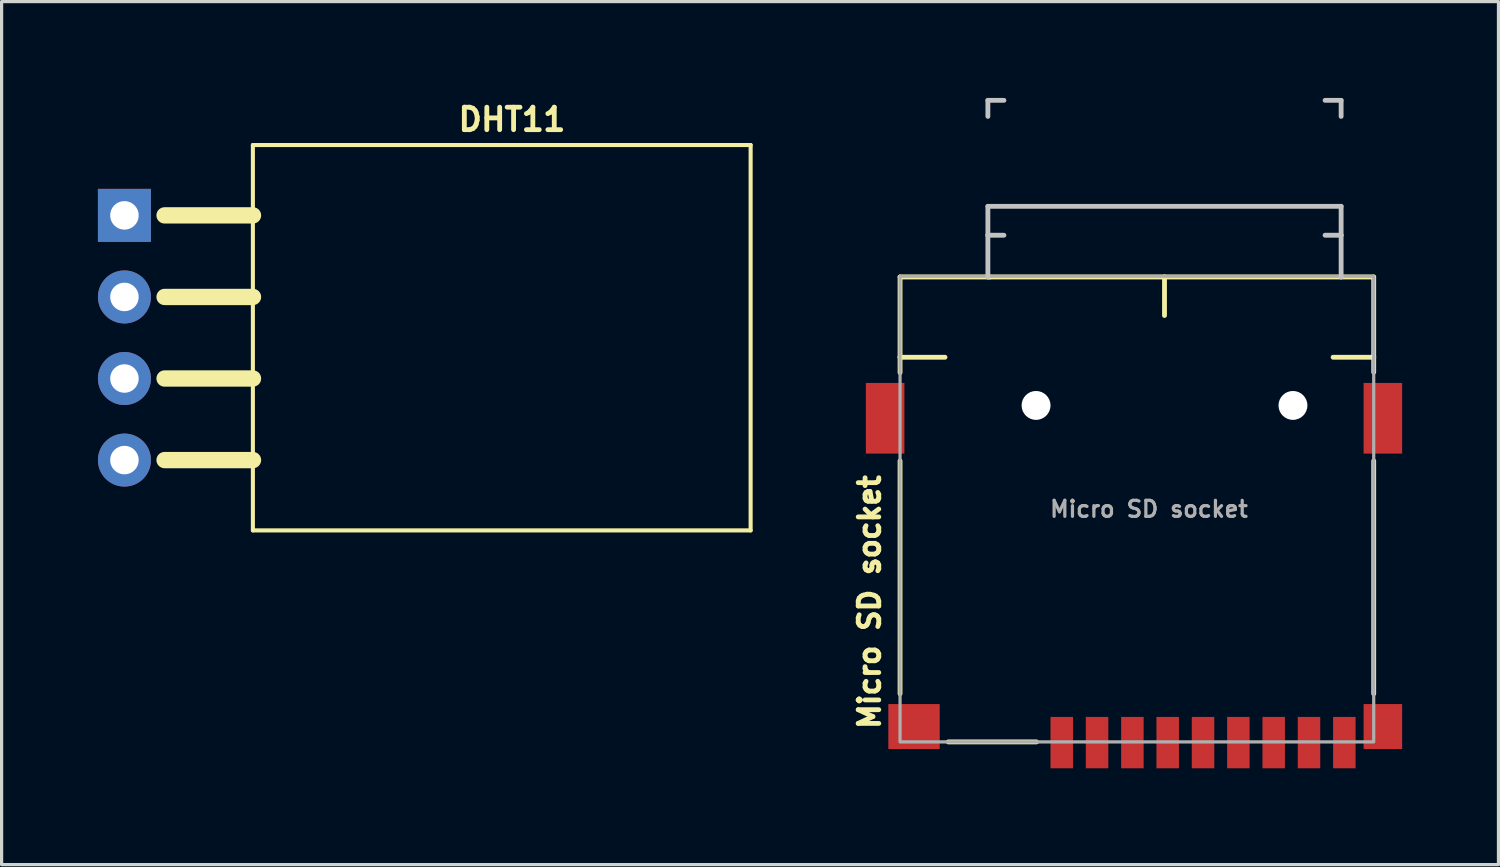
<source format=kicad_pcb>
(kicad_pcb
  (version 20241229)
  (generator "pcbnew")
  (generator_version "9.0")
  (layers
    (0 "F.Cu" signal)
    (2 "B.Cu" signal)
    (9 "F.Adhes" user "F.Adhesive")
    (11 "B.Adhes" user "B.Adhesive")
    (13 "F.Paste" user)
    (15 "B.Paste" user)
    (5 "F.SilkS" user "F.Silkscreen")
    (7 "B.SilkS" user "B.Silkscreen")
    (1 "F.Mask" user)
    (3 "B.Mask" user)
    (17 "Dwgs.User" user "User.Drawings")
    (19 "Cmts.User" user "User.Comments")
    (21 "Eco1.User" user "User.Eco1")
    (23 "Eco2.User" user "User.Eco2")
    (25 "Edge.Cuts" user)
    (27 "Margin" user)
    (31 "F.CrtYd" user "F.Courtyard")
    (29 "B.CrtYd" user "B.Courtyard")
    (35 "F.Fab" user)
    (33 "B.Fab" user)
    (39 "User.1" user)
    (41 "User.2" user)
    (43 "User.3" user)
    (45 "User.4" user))
  (footprint "DHT11"
    (layer "F.Cu")
    (at 12.575 7.467)
    (property "Reference" "DHT11" (at 0.318 -6.795 0) (layer "F.SilkS") (effects (font (size 0.7 0.7) (thickness 0.15))))
    (attr through_hole)
    (fp_line (start -10.5 -3.81) (end -7.747 -3.81) (stroke (width 0.508) (type solid)) (layer "F.SilkS"))
    (fp_line (start -10.5 -1.27) (end -7.747 -1.27) (stroke (width 0.508) (type solid)) (layer "F.SilkS"))
    (fp_line (start -10.5 1.27) (end -7.747 1.27) (stroke (width 0.508) (type solid)) (layer "F.SilkS"))
    (fp_line (start -10.5 3.81) (end -7.747 3.81) (stroke (width 0.508) (type solid)) (layer "F.SilkS"))
    (fp_line (start -7.75 -6) (end 7.75 -6) (stroke (width 0.127) (type solid)) (layer "F.SilkS"))
    (fp_line (start -7.75 6) (end -7.75 -6) (stroke (width 0.127) (type solid)) (layer "F.SilkS"))
    (fp_line (start 7.75 -6) (end 7.75 6) (stroke (width 0.127) (type solid)) (layer "F.SilkS"))
    (fp_line (start 7.75 6) (end -7.75 6) (stroke (width 0.127) (type solid)) (layer "F.SilkS"))
    (pad "1" thru_hole rect (at -11.75 -3.81) (size 1.651 1.651) (drill 0.889) (layers "*.Cu" "*.Mask"))
    (pad "2" thru_hole circle (at -11.75 -1.27) (size 1.651 1.651) (drill 0.889) (layers "*.Cu" "*.Mask"))
    (pad "3" thru_hole circle (at -11.75 1.27) (size 1.651 1.651) (drill 0.889) (layers "*.Cu" "*.Mask"))
    (pad "4" thru_hole circle (at -11.75 3.81) (size 1.651 1.651) (drill 0.889) (layers "*.Cu" "*.Mask")))
  (footprint "Micro SD socket"
    (layer "F.Cu")
    (at 33.228 13.053)
    (property "Reference" "Micro SD socket" (at -9.201 2.645 270) (layer "F.SilkS") (effects (font (size 0.64 0.64) (thickness 0.15))))
    (attr smd)
    (fp_line (start -8.25 -7.478) (end -8.25 -4.978) (stroke (width 0.15) (type solid)) (layer "F.SilkS"))
    (fp_line (start -8.25 -4.978) (end -8.25 -4.5) (stroke (width 0.15) (type default)) (layer "F.SilkS"))
    (fp_line (start -8.25 -1.75) (end -8.25 5.5) (stroke (width 0.15) (type default)) (layer "F.SilkS"))
    (fp_line (start -6.85 -4.978) (end -8.25 -4.978) (stroke (width 0.15) (type solid)) (layer "F.SilkS"))
    (fp_line (start -6.75 7) (end -4 7) (stroke (width 0.15) (type default)) (layer "F.SilkS"))
    (fp_line (start -5.45 -7.478) (end -8.25 -7.478) (stroke (width 0.15) (type solid)) (layer "F.SilkS"))
    (fp_line (start -0.015 -7.478) (end -5.515 -7.478) (stroke (width 0.15) (type solid)) (layer "F.SilkS"))
    (fp_line (start -0.015 -6.278) (end -0.015 -7.478) (stroke (width 0.15) (type solid)) (layer "F.SilkS"))
    (fp_line (start 5.235 -4.978) (end 6.5 -4.978) (stroke (width 0.15) (type solid)) (layer "F.SilkS"))
    (fp_line (start 5.485 -7.478) (end -0.015 -7.478) (stroke (width 0.15) (type solid)) (layer "F.SilkS"))
    (fp_line (start 6.5 -7.478) (end 5.485 -7.478) (stroke (width 0.15) (type solid)) (layer "F.SilkS"))
    (fp_line (start 6.5 -7.478) (end 6.5 -4.978) (stroke (width 0.15) (type solid)) (layer "F.SilkS"))
    (fp_line (start 6.5 -4.989) (end 6.5 -4.511) (stroke (width 0.15) (type default)) (layer "F.SilkS"))
    (fp_line (start 6.5 -1.75) (end 6.5 5.5) (stroke (width 0.15) (type default)) (layer "F.SilkS"))
    (fp_line (start -5.515 -12.978) (end -5.515 -12.478) (stroke (width 0.15) (type solid)) (layer "Dwgs.User"))
    (fp_line (start -5.515 -9.678) (end -5.515 -8.778) (stroke (width 0.15) (type solid)) (layer "Dwgs.User"))
    (fp_line (start -5.515 -8.778) (end -5.515 -7.478) (stroke (width 0.15) (type solid)) (layer "Dwgs.User"))
    (fp_line (start -5.015 -12.978) (end -5.515 -12.978) (stroke (width 0.15) (type solid)) (layer "Dwgs.User"))
    (fp_line (start -5.015 -8.778) (end -5.515 -8.778) (stroke (width 0.15) (type solid)) (layer "Dwgs.User"))
    (fp_line (start 4.985 -12.978) (end 5.485 -12.978) (stroke (width 0.15) (type solid)) (layer "Dwgs.User"))
    (fp_line (start 4.985 -8.778) (end 5.485 -8.778) (stroke (width 0.15) (type solid)) (layer "Dwgs.User"))
    (fp_line (start 5.485 -12.978) (end 5.485 -12.478) (stroke (width 0.15) (type solid)) (layer "Dwgs.User"))
    (fp_line (start 5.485 -9.678) (end -5.515 -9.678) (stroke (width 0.15) (type solid)) (layer "Dwgs.User"))
    (fp_line (start 5.485 -9.678) (end 5.485 -8.778) (stroke (width 0.15) (type solid)) (layer "Dwgs.User"))
    (fp_line (start 5.485 -8.778) (end 5.485 -7.478) (stroke (width 0.15) (type solid)) (layer "Dwgs.User"))
    (fp_rect (start -8.25 -7.5) (end 6.5 7) (stroke (width 0.1) (type solid)) (fill no) (layer "F.Fab"))
    (fp_text user "${REFERENCE}" (at -0.5 -0.25 0) (layer "F.Fab") (effects (font (size 0.5 0.5) (thickness 0.1))))
    (pad "" np_thru_hole circle (at -4.015 -3.478) (size 0.9 0.9) (drill 0.9) (layers "*.Cu" "*.Mask"))
    (pad "" np_thru_hole circle (at 3.985 -3.478) (size 0.9 0.9) (drill 0.9) (layers "*.Cu" "*.Mask"))
    (pad "1" smd rect (at -3.215 7.022) (size 0.7 1.6) (layers "F.Cu" "F.Mask" "F.Paste"))
    (pad "2" smd rect (at -2.115 7.022) (size 0.7 1.6) (layers "F.Cu" "F.Mask" "F.Paste"))
    (pad "3" smd rect (at -1.015 7.022) (size 0.7 1.6) (layers "F.Cu" "F.Mask" "F.Paste"))
    (pad "4" smd rect (at 0.085 7.022) (size 0.7 1.6) (layers "F.Cu" "F.Mask" "F.Paste"))
    (pad "5" smd rect (at 1.185 7.022) (size 0.7 1.6) (layers "F.Cu" "F.Mask" "F.Paste"))
    (pad "6" smd rect (at 2.285 7.022) (size 0.7 1.6) (layers "F.Cu" "F.Mask" "F.Paste"))
    (pad "7" smd rect (at 3.385 7.022) (size 0.7 1.6) (layers "F.Cu" "F.Mask" "F.Paste"))
    (pad "8" smd rect (at 4.485 7.022) (size 0.7 1.6) (layers "F.Cu" "F.Mask" "F.Paste"))
    (pad "9" smd rect (at 5.585 7.022) (size 0.7 1.6) (layers "F.Cu" "F.Mask" "F.Paste"))
    (pad "SH" smd rect (at -8.715 -3.078) (size 1.2 2.2) (layers "F.Cu" "F.Mask" "F.Paste"))
    (pad "SH" smd rect (at -7.815 6.522) (size 1.6 1.4) (layers "F.Cu" "F.Mask" "F.Paste"))
    (pad "SH" smd rect (at 6.785 -3.078) (size 1.2 2.2) (layers "F.Cu" "F.Mask" "F.Paste"))
    (pad "SH" smd rect (at 6.785 6.522) (size 1.2 1.4) (layers "F.Cu" "F.Mask" "F.Paste")))
  (gr_rect
    (start -3 -3)
    (end 43.613 23.875)
    (stroke (width 0.1) (type default))
    (fill no)
    (layer "Edge.Cuts")))
</source>
